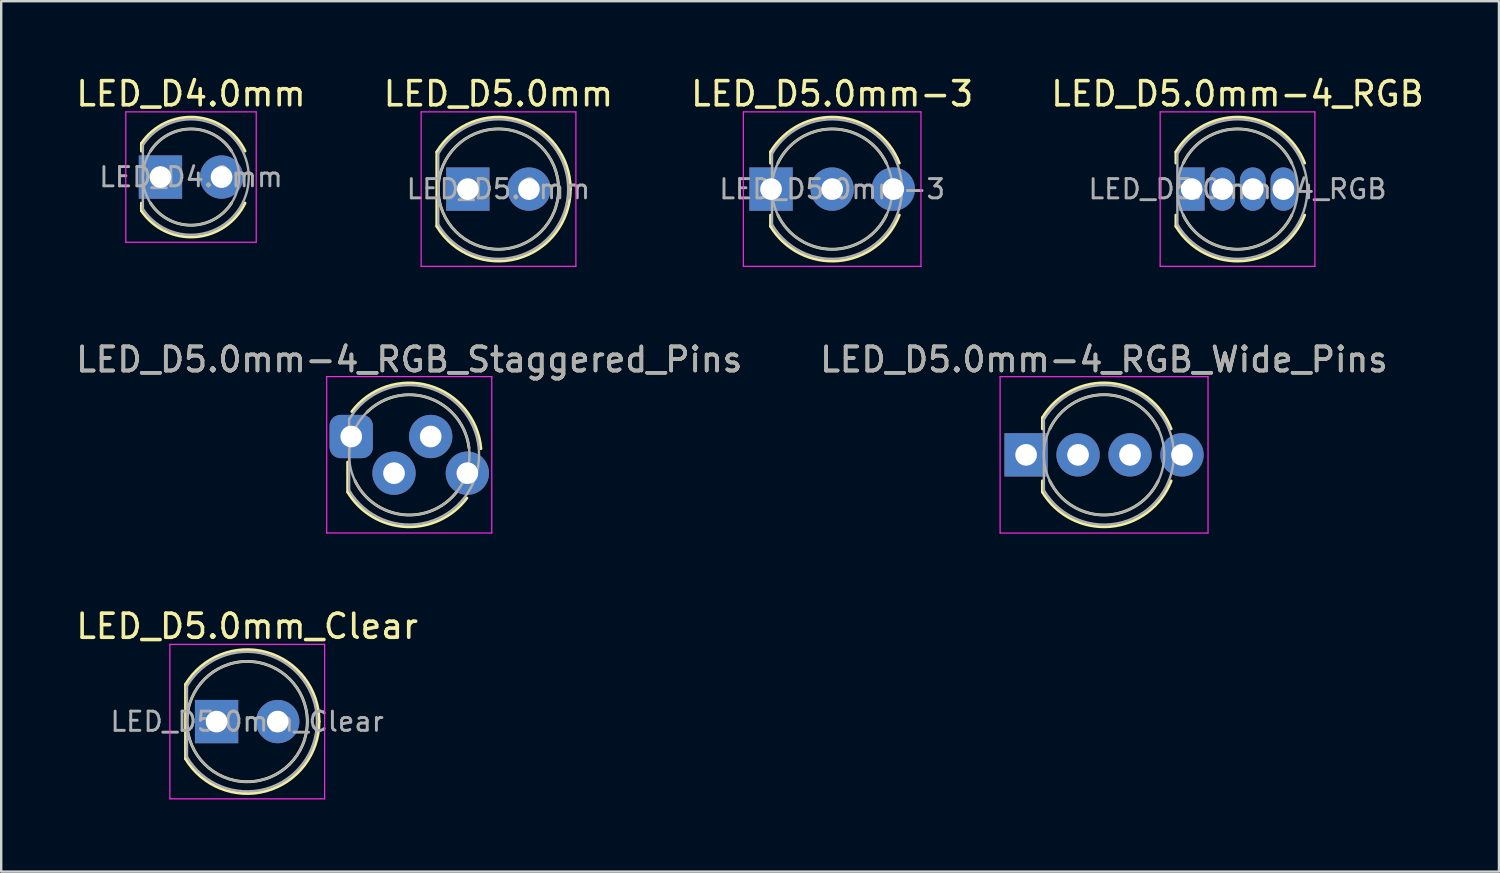
<source format=kicad_pcb>
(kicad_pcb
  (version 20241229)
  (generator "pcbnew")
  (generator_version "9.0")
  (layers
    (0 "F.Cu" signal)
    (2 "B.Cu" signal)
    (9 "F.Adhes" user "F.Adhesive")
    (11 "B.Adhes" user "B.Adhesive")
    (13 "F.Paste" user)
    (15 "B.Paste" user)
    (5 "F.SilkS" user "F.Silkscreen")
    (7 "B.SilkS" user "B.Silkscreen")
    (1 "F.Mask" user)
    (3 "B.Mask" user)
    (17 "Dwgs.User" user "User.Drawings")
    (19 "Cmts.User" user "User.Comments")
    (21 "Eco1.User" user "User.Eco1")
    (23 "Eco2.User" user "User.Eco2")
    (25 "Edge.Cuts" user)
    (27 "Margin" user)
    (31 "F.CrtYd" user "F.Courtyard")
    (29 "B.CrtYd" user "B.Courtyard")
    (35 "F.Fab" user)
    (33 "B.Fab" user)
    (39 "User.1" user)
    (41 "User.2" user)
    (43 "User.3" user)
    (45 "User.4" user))
  (footprint "LED_D4.0mm"
    (layer "F.Cu")
    (at 3.617 4.308)
    (property "Reference" "LED_D4.0mm" (at 1.27 -3.46 0) (layer "F.SilkS") (effects (font (size 1 1) (thickness 0.15))))
    (attr through_hole)
    (fp_line (start -0.79 -1.399) (end -0.79 -1.08) (stroke (width 0.12) (type solid)) (layer "F.SilkS"))
    (fp_line (start -0.79 1.08) (end -0.79 1.399) (stroke (width 0.12) (type solid)) (layer "F.SilkS"))
    (fp_arc (start -0.79 -1.398749) (mid 1.45392 -2.483198) (end 3.513591 -1.08) (stroke (width 0.12) (type solid)) (layer "F.SilkS"))
    (fp_arc (start -0.41333 -1.08) (mid 1.27 -2) (end 2.95333 -1.08) (stroke (width 0.12) (type solid)) (layer "F.SilkS"))
    (fp_arc (start 2.95333 1.08) (mid 1.27 2) (end -0.41333 1.08) (stroke (width 0.12) (type solid)) (layer "F.SilkS"))
    (fp_arc (start 3.513591 1.08) (mid 1.45392 2.483198) (end -0.79 1.398749) (stroke (width 0.12) (type solid)) (layer "F.SilkS"))
    (fp_line (start -1.44 -2.71) (end -1.44 2.71) (stroke (width 0.05) (type solid)) (layer "F.CrtYd"))
    (fp_line (start -1.44 2.71) (end 3.98 2.71) (stroke (width 0.05) (type solid)) (layer "F.CrtYd"))
    (fp_line (start 3.98 -2.71) (end -1.44 -2.71) (stroke (width 0.05) (type solid)) (layer "F.CrtYd"))
    (fp_line (start 3.98 2.71) (end 3.98 -2.71) (stroke (width 0.05) (type solid)) (layer "F.CrtYd"))
    (fp_line (start -0.73 -1.327) (end -0.73 1.327) (stroke (width 0.1) (type solid)) (layer "F.Fab"))
    (fp_arc (start -0.73 -1.32665) (mid 3.67 0) (end -0.73 1.32665) (stroke (width 0.1) (type solid)) (layer "F.Fab"))
    (fp_circle (center 1.27 0) (end 3.27 0) (stroke (width 0.1) (type solid)) (fill no) (layer "F.Fab"))
    (fp_text user "${REFERENCE}" (at 1.27 0 0) (layer "F.Fab") (effects (font (size 0.8 0.8) (thickness 0.12))))
    (pad "1" thru_hole rect (at 0 0) (size 1.8 1.8) (drill 0.9) (layers "*.Cu" "*.Mask"))
    (pad "2" thru_hole circle (at 2.54 0) (size 1.8 1.8) (drill 0.9) (layers "*.Cu" "*.Mask")))
  (footprint "LED_D5.0mm"
    (layer "F.Cu")
    (at 16.391 4.808)
    (property "Reference" "LED_D5.0mm" (at 1.27 -3.96 0) (layer "F.SilkS") (effects (font (size 1 1) (thickness 0.15))))
    (attr through_hole)
    (fp_line (start -1.29 -1.545) (end -1.29 1.545) (stroke (width 0.12) (type solid)) (layer "F.SilkS"))
    (fp_arc (start -1.29 -1.54483) (mid 2.071779 -2.880495) (end 4.26 0) (stroke (width 0.12) (type solid)) (layer "F.SilkS"))
    (fp_arc (start 4.26 0) (mid 2.071779 2.880495) (end -1.29 1.54483) (stroke (width 0.12) (type solid)) (layer "F.SilkS"))
    (fp_circle (center 1.27 0) (end 3.77 0) (stroke (width 0.12) (type solid)) (fill no) (layer "F.SilkS"))
    (fp_line (start -1.94 -3.21) (end -1.94 3.21) (stroke (width 0.05) (type solid)) (layer "F.CrtYd"))
    (fp_line (start -1.94 3.21) (end 4.49 3.21) (stroke (width 0.05) (type solid)) (layer "F.CrtYd"))
    (fp_line (start 4.49 -3.21) (end -1.94 -3.21) (stroke (width 0.05) (type solid)) (layer "F.CrtYd"))
    (fp_line (start 4.49 3.21) (end 4.49 -3.21) (stroke (width 0.05) (type solid)) (layer "F.CrtYd"))
    (fp_line (start -1.23 -1.47) (end -1.23 1.47) (stroke (width 0.1) (type solid)) (layer "F.Fab"))
    (fp_arc (start -1.23 -1.469694) (mid 4.17 0) (end -1.23 1.469694) (stroke (width 0.1) (type solid)) (layer "F.Fab"))
    (fp_circle (center 1.27 0) (end 3.77 0) (stroke (width 0.1) (type solid)) (fill no) (layer "F.Fab"))
    (fp_text user "${REFERENCE}" (at 1.27 0 0) (layer "F.Fab") (effects (font (size 0.8 0.8) (thickness 0.12))))
    (pad "1" thru_hole rect (at 0 0) (size 1.8 1.8) (drill 0.9) (layers "*.Cu" "*.Mask"))
    (pad "2" thru_hole circle (at 2.54 0) (size 1.8 1.8) (drill 0.9) (layers "*.Cu" "*.Mask")))
  (footprint "LED_D5.0mm-3"
    (layer "F.Cu")
    (at 28.99 4.808)
    (property "Reference" "LED_D5.0mm-3" (at 2.54 -3.96 0) (layer "F.SilkS") (effects (font (size 1 1) (thickness 0.15))))
    (attr through_hole)
    (fp_line (start -0.02 -1.545) (end -0.02 -1.08) (stroke (width 0.12) (type solid)) (layer "F.SilkS"))
    (fp_line (start -0.02 1.08) (end -0.02 1.545) (stroke (width 0.12) (type solid)) (layer "F.SilkS"))
    (fp_arc (start -0.02 -1.54483) (mid 2.798898 -2.97877) (end 5.328136 -1.08) (stroke (width 0.12) (type solid)) (layer "F.SilkS"))
    (fp_arc (start 0.285316 -1.08) (mid 2.54 -2.5) (end 4.794684 -1.08) (stroke (width 0.12) (type solid)) (layer "F.SilkS"))
    (fp_arc (start 4.794684 1.08) (mid 2.54 2.5) (end 0.285316 1.08) (stroke (width 0.12) (type solid)) (layer "F.SilkS"))
    (fp_arc (start 5.328136 1.08) (mid 2.798898 2.97877) (end -0.02 1.54483) (stroke (width 0.12) (type solid)) (layer "F.SilkS"))
    (fp_line (start -1.15 -3.21) (end -1.15 3.21) (stroke (width 0.05) (type solid)) (layer "F.CrtYd"))
    (fp_line (start -1.15 3.21) (end 6.23 3.21) (stroke (width 0.05) (type solid)) (layer "F.CrtYd"))
    (fp_line (start 6.23 -3.21) (end -1.15 -3.21) (stroke (width 0.05) (type solid)) (layer "F.CrtYd"))
    (fp_line (start 6.23 3.21) (end 6.23 -3.21) (stroke (width 0.05) (type solid)) (layer "F.CrtYd"))
    (fp_line (start 0.04 -1.47) (end 0.04 1.47) (stroke (width 0.1) (type solid)) (layer "F.Fab"))
    (fp_arc (start 0.04 -1.469694) (mid 5.44 0) (end 0.04 1.469694) (stroke (width 0.1) (type solid)) (layer "F.Fab"))
    (fp_circle (center 2.54 0) (end 5.04 0) (stroke (width 0.1) (type solid)) (fill no) (layer "F.Fab"))
    (fp_text user "${REFERENCE}" (at 2.54 0 0) (layer "F.Fab") (effects (font (size 0.8 0.8) (thickness 0.12))))
    (pad "1" thru_hole rect (at 0 0) (size 1.8 1.8) (drill 0.9) (layers "*.Cu" "*.Mask"))
    (pad "2" thru_hole circle (at 2.54 0) (size 1.8 1.8) (drill 0.9) (layers "*.Cu" "*.Mask"))
    (pad "3" thru_hole circle (at 5.08 0) (size 1.8 1.8) (drill 0.9) (layers "*.Cu" "*.Mask")))
  (footprint "LED_D5.0mm-4_RGB"
    (layer "F.Cu")
    (at 46.47 4.808)
    (property "Reference" "LED_D5.0mm-4_RGB" (at 1.905 -3.96 0) (layer "F.SilkS") (effects (font (size 1 1) (thickness 0.15))))
    (attr through_hole)
    (fp_line (start -0.655 -1.545) (end -0.655 -1.08) (stroke (width 0.12) (type solid)) (layer "F.SilkS"))
    (fp_line (start -0.655 1.08) (end -0.655 1.545) (stroke (width 0.12) (type solid)) (layer "F.SilkS"))
    (fp_arc (start -0.655 -1.54483) (mid 2.163898 -2.97877) (end 4.693136 -1.08) (stroke (width 0.12) (type solid)) (layer "F.SilkS"))
    (fp_arc (start -0.349684 -1.08) (mid 1.905 -2.5) (end 4.159684 -1.08) (stroke (width 0.12) (type solid)) (layer "F.SilkS"))
    (fp_arc (start 4.159684 1.08) (mid 1.905 2.5) (end -0.349684 1.08) (stroke (width 0.12) (type solid)) (layer "F.SilkS"))
    (fp_arc (start 4.693136 1.08) (mid 2.163898 2.97877) (end -0.655 1.54483) (stroke (width 0.12) (type solid)) (layer "F.SilkS"))
    (fp_line (start -1.31 -3.21) (end -1.31 3.21) (stroke (width 0.05) (type solid)) (layer "F.CrtYd"))
    (fp_line (start -1.31 3.21) (end 5.12 3.21) (stroke (width 0.05) (type solid)) (layer "F.CrtYd"))
    (fp_line (start 5.12 -3.21) (end -1.31 -3.21) (stroke (width 0.05) (type solid)) (layer "F.CrtYd"))
    (fp_line (start 5.12 3.21) (end 5.12 -3.21) (stroke (width 0.05) (type solid)) (layer "F.CrtYd"))
    (fp_line (start -0.595 -1.47) (end -0.595 1.47) (stroke (width 0.1) (type solid)) (layer "F.Fab"))
    (fp_arc (start -0.595 -1.469694) (mid 4.805 0) (end -0.595 1.469694) (stroke (width 0.1) (type solid)) (layer "F.Fab"))
    (fp_circle (center 1.905 0) (end 4.405 0) (stroke (width 0.1) (type solid)) (fill no) (layer "F.Fab"))
    (fp_text user "${REFERENCE}" (at 1.905 0 0) (layer "F.Fab") (effects (font (size 0.8 0.8) (thickness 0.12))))
    (pad "1" thru_hole rect (at 0 0) (size 1.07 1.8) (drill 0.9) (layers "*.Cu" "*.Mask"))
    (pad "2" thru_hole oval (at 1.27 0) (size 1.07 1.8) (drill 0.9) (layers "*.Cu" "*.Mask"))
    (pad "3" thru_hole oval (at 2.54 0) (size 1.07 1.8) (drill 0.9) (layers "*.Cu" "*.Mask"))
    (pad "4" thru_hole oval (at 3.81 0) (size 1.07 1.8) (drill 0.9) (layers "*.Cu" "*.Mask")))
  (footprint "LED_D5.0mm-4_RGB_Staggered_Pins"
    (layer "F.Cu")
    (at 11.545 15.089)
    (property "Reference" "LED_D5.0mm-4_RGB_Staggered_Pins" (at 2.413 -3.198 0) (layer "F.SilkS") (effects (font (size 1 1) (thickness 0.15))))
    (attr through_hole)
    (fp_line (start -0.147 1.061) (end -0.147 2.307) (stroke (width 0.12) (type solid)) (layer "F.SilkS"))
    (fp_arc (start 0.028 -1.038) (mid 3.238737 -2.109652) (end 5.389836 0.503784) (stroke (width 0.12) (type solid)) (layer "F.SilkS"))
    (fp_arc (start 0.660401 -1.015999) (mid 3.242766 -1.592649) (end 4.89309 0.475579) (stroke (width 0.12) (type solid)) (layer "F.SilkS"))
    (fp_arc (start 4.372086 2.315056) (mid 2.134091 3.246393) (end 0.158316 1.842) (stroke (width 0.12) (type solid)) (layer "F.SilkS"))
    (fp_arc (start 4.804334 2.556887) (mid 2.262188 3.748194) (end -0.147 2.30683) (stroke (width 0.12) (type solid)) (layer "F.SilkS"))
    (fp_line (start -1.02 -2.49) (end 5.84 -2.49) (stroke (width 0.05) (type solid)) (layer "F.CrtYd"))
    (fp_line (start -1.02 4.01) (end -1.02 -2.49) (stroke (width 0.05) (type solid)) (layer "F.CrtYd"))
    (fp_line (start 5.84 -2.49) (end 5.84 4.01) (stroke (width 0.05) (type solid)) (layer "F.CrtYd"))
    (fp_line (start 5.84 4.01) (end -1.02 4.01) (stroke (width 0.05) (type solid)) (layer "F.CrtYd"))
    (fp_line (start -0.087 -0.708) (end -0.087 2.232) (stroke (width 0.1) (type solid)) (layer "F.Fab"))
    (fp_arc (start -0.087 -0.707694) (mid 5.313 0.762016) (end -0.087016 2.231666) (stroke (width 0.1) (type solid)) (layer "F.Fab"))
    (fp_circle (center 2.413 0.762) (end 4.913 0.762) (stroke (width 0.1) (type solid)) (fill no) (layer "F.Fab"))
    (fp_text user "${REFERENCE}" (at 2.413 -3.198 0) (layer "F.Fab") (effects (font (size 1 1) (thickness 0.15))))
    (pad "1" thru_hole roundrect (at 0 0) (size 1.8 1.8) (drill 0.9) (layers "*.Cu" "*.Mask") (roundrect_rratio 0.25))
    (pad "2" thru_hole circle (at 1.778 1.524) (size 1.8 1.8) (drill 0.9) (layers "*.Cu" "*.Mask"))
    (pad "3" thru_hole circle (at 3.302 0) (size 1.8 1.8) (drill 0.9) (layers "*.Cu" "*.Mask"))
    (pad "4" thru_hole circle (at 4.826 1.524) (size 1.8 1.8) (drill 0.9) (layers "*.Cu" "*.Mask")))
  (footprint "LED_D5.0mm_Clear"
    (layer "F.Cu")
    (at 5.95 26.935)
    (property "Reference" "LED_D5.0mm_Clear" (at 1.27 -3.96 0) (layer "F.SilkS") (effects (font (size 1 1) (thickness 0.15))))
    (attr through_hole)
    (fp_line (start -1.29 -1.545) (end -1.29 1.545) (stroke (width 0.12) (type solid)) (layer "F.SilkS"))
    (fp_arc (start -1.29 -1.54483) (mid 2.071779 -2.880495) (end 4.26 0) (stroke (width 0.12) (type solid)) (layer "F.SilkS"))
    (fp_arc (start 4.26 0) (mid 2.071779 2.880495) (end -1.29 1.54483) (stroke (width 0.12) (type solid)) (layer "F.SilkS"))
    (fp_circle (center 1.27 0) (end 3.77 0) (stroke (width 0.12) (type solid)) (fill no) (layer "F.SilkS"))
    (fp_line (start -1.94 -3.21) (end -1.94 3.21) (stroke (width 0.05) (type solid)) (layer "F.CrtYd"))
    (fp_line (start -1.94 3.21) (end 4.49 3.21) (stroke (width 0.05) (type solid)) (layer "F.CrtYd"))
    (fp_line (start 4.49 -3.21) (end -1.94 -3.21) (stroke (width 0.05) (type solid)) (layer "F.CrtYd"))
    (fp_line (start 4.49 3.21) (end 4.49 -3.21) (stroke (width 0.05) (type solid)) (layer "F.CrtYd"))
    (fp_line (start -1.23 -1.47) (end -1.23 1.47) (stroke (width 0.1) (type solid)) (layer "F.Fab"))
    (fp_arc (start -1.23 -1.469694) (mid 4.17 0) (end -1.23 1.469694) (stroke (width 0.1) (type solid)) (layer "F.Fab"))
    (fp_circle (center 1.27 0) (end 3.77 0) (stroke (width 0.1) (type solid)) (fill no) (layer "F.Fab"))
    (fp_text user "${REFERENCE}" (at 1.27 0 0) (layer "F.Fab") (effects (font (size 0.8 0.8) (thickness 0.12))))
    (pad "1" thru_hole rect (at 0 0) (size 1.8 1.8) (drill 0.9) (layers "*.Cu" "*.Mask"))
    (pad "2" thru_hole circle (at 2.54 0) (size 1.8 1.8) (drill 0.9) (layers "*.Cu" "*.Mask")))
  (footprint "LED_D5.0mm-4_RGB_Wide_Pins"
    (layer "F.Cu")
    (at 39.589 15.851)
    (property "Reference" "LED_D5.0mm-4_RGB_Wide_Pins" (at 3.239 -3.96 0) (layer "F.SilkS") (effects (font (size 1 1) (thickness 0.15))))
    (attr through_hole)
    (fp_line (start 0.678 -1.545) (end 0.678 -1.08) (stroke (width 0.12) (type solid)) (layer "F.SilkS"))
    (fp_line (start 0.678 1.08) (end 0.678 1.545) (stroke (width 0.12) (type solid)) (layer "F.SilkS"))
    (fp_arc (start 0.6785 -1.54483) (mid 3.496956 -2.978809) (end 6.026315 -1.080827) (stroke (width 0.12) (type solid)) (layer "F.SilkS"))
    (fp_arc (start 0.983816 -1.08) (mid 3.238262 -2.5) (end 5.492979 -1.080429) (stroke (width 0.12) (type solid)) (layer "F.SilkS"))
    (fp_arc (start 5.492979 1.080429) (mid 3.238262 2.5) (end 0.983816 1.08) (stroke (width 0.12) (type solid)) (layer "F.SilkS"))
    (fp_arc (start 6.026315 1.080827) (mid 3.496956 2.978808) (end 0.6785 1.54483) (stroke (width 0.12) (type solid)) (layer "F.SilkS"))
    (fp_line (start -1.08 -3.25) (end -1.08 3.25) (stroke (width 0.05) (type solid)) (layer "F.CrtYd"))
    (fp_line (start -1.08 3.25) (end 7.56 3.25) (stroke (width 0.05) (type solid)) (layer "F.CrtYd"))
    (fp_line (start 7.56 -3.25) (end -1.08 -3.25) (stroke (width 0.05) (type solid)) (layer "F.CrtYd"))
    (fp_line (start 7.56 3.25) (end 7.56 -3.25) (stroke (width 0.05) (type solid)) (layer "F.CrtYd"))
    (fp_line (start 0.739 -1.47) (end 0.739 1.47) (stroke (width 0.1) (type solid)) (layer "F.Fab"))
    (fp_arc (start 0.7385 -1.469694) (mid 6.1385 0.000016) (end 0.738484 1.469666) (stroke (width 0.1) (type solid)) (layer "F.Fab"))
    (fp_circle (center 3.239 0) (end 5.739 0) (stroke (width 0.1) (type solid)) (fill no) (layer "F.Fab"))
    (fp_text user "${REFERENCE}" (at 3.239 -3.96 0) (layer "F.Fab") (effects (font (size 1 1) (thickness 0.15))))
    (pad "1" thru_hole rect (at 0 0) (size 1.8 1.8) (drill 0.9) (layers "*.Cu" "*.Mask"))
    (pad "2" thru_hole circle (at 2.159 0) (size 1.8 1.8) (drill 0.9) (layers "*.Cu" "*.Mask"))
    (pad "3" thru_hole circle (at 4.318 0) (size 1.8 1.8) (drill 0.9) (layers "*.Cu" "*.Mask"))
    (pad "4" thru_hole circle (at 6.477 0) (size 1.8 1.8) (drill 0.9) (layers "*.Cu" "*.Mask")))
  (gr_rect
    (start -3 -3)
    (end 59.238 33.17)
    (stroke (width 0.1) (type default))
    (fill no)
    (layer "Edge.Cuts")))
</source>
